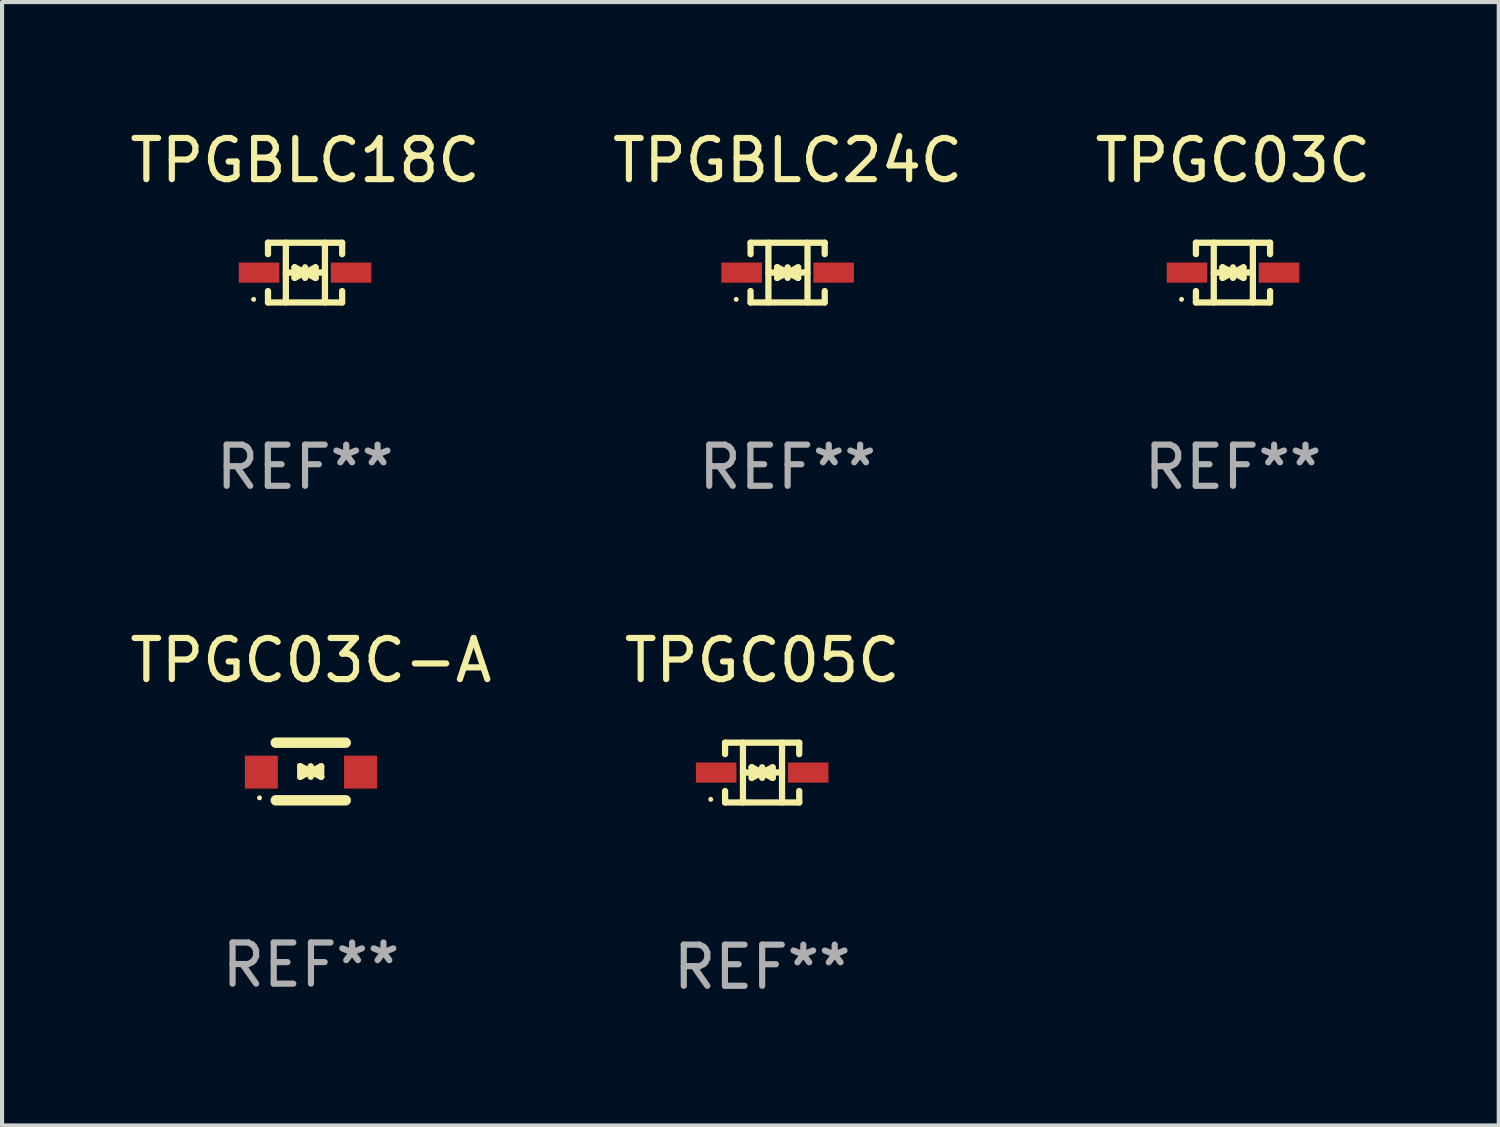
<source format=kicad_pcb>
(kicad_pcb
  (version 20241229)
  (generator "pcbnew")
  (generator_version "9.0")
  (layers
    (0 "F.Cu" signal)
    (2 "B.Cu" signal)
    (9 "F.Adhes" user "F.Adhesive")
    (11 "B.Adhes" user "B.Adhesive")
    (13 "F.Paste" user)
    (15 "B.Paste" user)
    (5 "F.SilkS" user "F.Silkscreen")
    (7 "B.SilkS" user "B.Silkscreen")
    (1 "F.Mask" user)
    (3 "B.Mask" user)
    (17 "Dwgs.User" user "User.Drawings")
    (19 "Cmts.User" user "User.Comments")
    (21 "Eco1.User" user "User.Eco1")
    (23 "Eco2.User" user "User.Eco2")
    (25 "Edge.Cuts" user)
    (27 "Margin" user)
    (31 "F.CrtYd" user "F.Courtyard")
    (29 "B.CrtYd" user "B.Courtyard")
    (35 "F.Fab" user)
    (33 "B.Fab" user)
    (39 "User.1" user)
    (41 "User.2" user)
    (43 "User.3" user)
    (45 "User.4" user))
  (footprint "TPGBLC24C"
    (layer "F.Cu")
    (at 16.089 3.574)
    (property "Reference" "TPGBLC24C" (at 0 -2.726 0) (layer "F.SilkS") (effects (font (size 1 1) (thickness 0.15))))
    (attr through_hole)
    (fp_line (start -0.901 -0.726) (end -0.901 -0.448) (stroke (width 0.152) (type solid)) (layer "F.SilkS"))
    (fp_line (start -0.901 0.726) (end -0.901 0.448) (stroke (width 0.152) (type solid)) (layer "F.SilkS"))
    (fp_line (start -0.467 0) (end 0.483 -0.003) (stroke (width 0.154) (type solid)) (layer "F.SilkS"))
    (fp_line (start -0.467 0.726) (end -0.467 -0.726) (stroke (width 0.152) (type solid)) (layer "F.SilkS"))
    (fp_line (start -0.254 -0.127) (end -0.254 -0.127) (stroke (width 0.154) (type solid)) (layer "F.SilkS"))
    (fp_line (start -0.254 -0.127) (end -0.002 -0.003) (stroke (width 0.154) (type solid)) (layer "F.SilkS"))
    (fp_line (start -0.254 0.127) (end -0.254 -0.127) (stroke (width 0.154) (type solid)) (layer "F.SilkS"))
    (fp_line (start -0.127 0) (end 0.003 0) (stroke (width 0.154) (type solid)) (layer "F.SilkS"))
    (fp_line (start -0.003 0) (end -0.254 0.127) (stroke (width 0.154) (type solid)) (layer "F.SilkS"))
    (fp_line (start 0 -0.127) (end 0 0.127) (stroke (width 0.154) (type solid)) (layer "F.SilkS"))
    (fp_line (start 0.003 0) (end 0.254 -0.127) (stroke (width 0.154) (type solid)) (layer "F.SilkS"))
    (fp_line (start 0.127 0) (end -0.003 0) (stroke (width 0.154) (type solid)) (layer "F.SilkS"))
    (fp_line (start 0.254 -0.127) (end 0.254 0.127) (stroke (width 0.154) (type solid)) (layer "F.SilkS"))
    (fp_line (start 0.254 0.127) (end 0.002 0.003) (stroke (width 0.154) (type solid)) (layer "F.SilkS"))
    (fp_line (start 0.254 0.127) (end 0.254 0.127) (stroke (width 0.154) (type solid)) (layer "F.SilkS"))
    (fp_line (start 0.483 0.726) (end 0.483 -0.726) (stroke (width 0.152) (type solid)) (layer "F.SilkS"))
    (fp_line (start 0.901 -0.726) (end -0.901 -0.726) (stroke (width 0.152) (type solid)) (layer "F.SilkS"))
    (fp_line (start 0.901 -0.726) (end 0.901 -0.448) (stroke (width 0.152) (type solid)) (layer "F.SilkS"))
    (fp_line (start 0.901 0.726) (end -0.901 0.726) (stroke (width 0.152) (type solid)) (layer "F.SilkS"))
    (fp_line (start 0.901 0.726) (end 0.901 0.448) (stroke (width 0.152) (type solid)) (layer "F.SilkS"))
    (fp_circle (center -1.25 0.65) (end -1.22 0.65) (stroke (width 0.06) (type solid)) (fill no) (layer "F.SilkS"))
    (fp_text user "REF**" (at 0 4.726 0) (layer "F.Fab") (effects (font (size 1 1) (thickness 0.15))))
    (pad "1" smd rect (at -1.118 0) (size 0.985 0.49) (layers "F.Cu" "F.Mask" "F.Paste"))
    (pad "2" smd rect (at 1.118 0) (size 0.985 0.49) (layers "F.Cu" "F.Mask" "F.Paste")))
  (footprint "TPGBLC18C"
    (layer "F.Cu")
    (at 4.363 3.574)
    (property "Reference" "TPGBLC18C" (at 0 -2.726 0) (layer "F.SilkS") (effects (font (size 1 1) (thickness 0.15))))
    (attr through_hole)
    (fp_line (start -0.901 -0.726) (end -0.901 -0.448) (stroke (width 0.152) (type solid)) (layer "F.SilkS"))
    (fp_line (start -0.901 0.726) (end -0.901 0.448) (stroke (width 0.152) (type solid)) (layer "F.SilkS"))
    (fp_line (start -0.467 0) (end 0.483 -0.003) (stroke (width 0.154) (type solid)) (layer "F.SilkS"))
    (fp_line (start -0.467 0.726) (end -0.467 -0.726) (stroke (width 0.152) (type solid)) (layer "F.SilkS"))
    (fp_line (start -0.254 -0.127) (end -0.254 -0.127) (stroke (width 0.154) (type solid)) (layer "F.SilkS"))
    (fp_line (start -0.254 -0.127) (end -0.002 -0.003) (stroke (width 0.154) (type solid)) (layer "F.SilkS"))
    (fp_line (start -0.254 0.127) (end -0.254 -0.127) (stroke (width 0.154) (type solid)) (layer "F.SilkS"))
    (fp_line (start -0.127 0) (end 0.003 0) (stroke (width 0.154) (type solid)) (layer "F.SilkS"))
    (fp_line (start -0.003 0) (end -0.254 0.127) (stroke (width 0.154) (type solid)) (layer "F.SilkS"))
    (fp_line (start 0 -0.127) (end 0 0.127) (stroke (width 0.154) (type solid)) (layer "F.SilkS"))
    (fp_line (start 0.003 0) (end 0.254 -0.127) (stroke (width 0.154) (type solid)) (layer "F.SilkS"))
    (fp_line (start 0.127 0) (end -0.003 0) (stroke (width 0.154) (type solid)) (layer "F.SilkS"))
    (fp_line (start 0.254 -0.127) (end 0.254 0.127) (stroke (width 0.154) (type solid)) (layer "F.SilkS"))
    (fp_line (start 0.254 0.127) (end 0.002 0.003) (stroke (width 0.154) (type solid)) (layer "F.SilkS"))
    (fp_line (start 0.254 0.127) (end 0.254 0.127) (stroke (width 0.154) (type solid)) (layer "F.SilkS"))
    (fp_line (start 0.483 0.726) (end 0.483 -0.726) (stroke (width 0.152) (type solid)) (layer "F.SilkS"))
    (fp_line (start 0.901 -0.726) (end -0.901 -0.726) (stroke (width 0.152) (type solid)) (layer "F.SilkS"))
    (fp_line (start 0.901 -0.726) (end 0.901 -0.448) (stroke (width 0.152) (type solid)) (layer "F.SilkS"))
    (fp_line (start 0.901 0.726) (end -0.901 0.726) (stroke (width 0.152) (type solid)) (layer "F.SilkS"))
    (fp_line (start 0.901 0.726) (end 0.901 0.448) (stroke (width 0.152) (type solid)) (layer "F.SilkS"))
    (fp_circle (center -1.25 0.65) (end -1.22 0.65) (stroke (width 0.06) (type solid)) (fill no) (layer "F.SilkS"))
    (fp_text user "REF**" (at 0 4.726 0) (layer "F.Fab") (effects (font (size 1 1) (thickness 0.15))))
    (pad "1" smd rect (at -1.118 0) (size 0.985 0.49) (layers "F.Cu" "F.Mask" "F.Paste"))
    (pad "2" smd rect (at 1.118 0) (size 0.985 0.49) (layers "F.Cu" "F.Mask" "F.Paste")))
  (footprint "TPGC03C"
    (layer "F.Cu")
    (at 26.911 3.574)
    (property "Reference" "TPGC03C" (at 0 -2.726 0) (layer "F.SilkS") (effects (font (size 1 1) (thickness 0.15))))
    (attr through_hole)
    (fp_line (start -0.901 -0.726) (end -0.901 -0.448) (stroke (width 0.152) (type solid)) (layer "F.SilkS"))
    (fp_line (start -0.901 0.726) (end -0.901 0.448) (stroke (width 0.152) (type solid)) (layer "F.SilkS"))
    (fp_line (start -0.467 0) (end 0.483 -0.003) (stroke (width 0.154) (type solid)) (layer "F.SilkS"))
    (fp_line (start -0.467 0.726) (end -0.467 -0.726) (stroke (width 0.152) (type solid)) (layer "F.SilkS"))
    (fp_line (start -0.254 -0.127) (end -0.254 -0.127) (stroke (width 0.154) (type solid)) (layer "F.SilkS"))
    (fp_line (start -0.254 -0.127) (end -0.002 -0.003) (stroke (width 0.154) (type solid)) (layer "F.SilkS"))
    (fp_line (start -0.254 0.127) (end -0.254 -0.127) (stroke (width 0.154) (type solid)) (layer "F.SilkS"))
    (fp_line (start -0.127 0) (end 0.003 0) (stroke (width 0.154) (type solid)) (layer "F.SilkS"))
    (fp_line (start -0.003 0) (end -0.254 0.127) (stroke (width 0.154) (type solid)) (layer "F.SilkS"))
    (fp_line (start 0 -0.127) (end 0 0.127) (stroke (width 0.154) (type solid)) (layer "F.SilkS"))
    (fp_line (start 0.003 0) (end 0.254 -0.127) (stroke (width 0.154) (type solid)) (layer "F.SilkS"))
    (fp_line (start 0.127 0) (end -0.003 0) (stroke (width 0.154) (type solid)) (layer "F.SilkS"))
    (fp_line (start 0.254 -0.127) (end 0.254 0.127) (stroke (width 0.154) (type solid)) (layer "F.SilkS"))
    (fp_line (start 0.254 0.127) (end 0.002 0.003) (stroke (width 0.154) (type solid)) (layer "F.SilkS"))
    (fp_line (start 0.254 0.127) (end 0.254 0.127) (stroke (width 0.154) (type solid)) (layer "F.SilkS"))
    (fp_line (start 0.483 0.726) (end 0.483 -0.726) (stroke (width 0.152) (type solid)) (layer "F.SilkS"))
    (fp_line (start 0.901 -0.726) (end -0.901 -0.726) (stroke (width 0.152) (type solid)) (layer "F.SilkS"))
    (fp_line (start 0.901 -0.726) (end 0.901 -0.448) (stroke (width 0.152) (type solid)) (layer "F.SilkS"))
    (fp_line (start 0.901 0.726) (end -0.901 0.726) (stroke (width 0.152) (type solid)) (layer "F.SilkS"))
    (fp_line (start 0.901 0.726) (end 0.901 0.448) (stroke (width 0.152) (type solid)) (layer "F.SilkS"))
    (fp_circle (center -1.25 0.65) (end -1.22 0.65) (stroke (width 0.06) (type solid)) (fill no) (layer "F.SilkS"))
    (fp_text user "REF**" (at 0 4.726 0) (layer "F.Fab") (effects (font (size 1 1) (thickness 0.15))))
    (pad "1" smd rect (at -1.118 0) (size 0.985 0.49) (layers "F.Cu" "F.Mask" "F.Paste"))
    (pad "2" smd rect (at 1.118 0) (size 0.985 0.49) (layers "F.Cu" "F.Mask" "F.Paste")))
  (footprint "TPGC05C"
    (layer "F.Cu")
    (at 15.47 15.723)
    (property "Reference" "TPGC05C" (at 0 -2.726 0) (layer "F.SilkS") (effects (font (size 1 1) (thickness 0.15))))
    (attr through_hole)
    (fp_line (start -0.901 -0.726) (end -0.901 -0.448) (stroke (width 0.152) (type solid)) (layer "F.SilkS"))
    (fp_line (start -0.901 0.726) (end -0.901 0.448) (stroke (width 0.152) (type solid)) (layer "F.SilkS"))
    (fp_line (start -0.467 0) (end 0.483 -0.003) (stroke (width 0.154) (type solid)) (layer "F.SilkS"))
    (fp_line (start -0.467 0.726) (end -0.467 -0.726) (stroke (width 0.152) (type solid)) (layer "F.SilkS"))
    (fp_line (start -0.254 -0.127) (end -0.254 -0.127) (stroke (width 0.154) (type solid)) (layer "F.SilkS"))
    (fp_line (start -0.254 -0.127) (end -0.002 -0.003) (stroke (width 0.154) (type solid)) (layer "F.SilkS"))
    (fp_line (start -0.254 0.127) (end -0.254 -0.127) (stroke (width 0.154) (type solid)) (layer "F.SilkS"))
    (fp_line (start -0.127 0) (end 0.003 0) (stroke (width 0.154) (type solid)) (layer "F.SilkS"))
    (fp_line (start -0.003 0) (end -0.254 0.127) (stroke (width 0.154) (type solid)) (layer "F.SilkS"))
    (fp_line (start 0 -0.127) (end 0 0.127) (stroke (width 0.154) (type solid)) (layer "F.SilkS"))
    (fp_line (start 0.003 0) (end 0.254 -0.127) (stroke (width 0.154) (type solid)) (layer "F.SilkS"))
    (fp_line (start 0.127 0) (end -0.003 0) (stroke (width 0.154) (type solid)) (layer "F.SilkS"))
    (fp_line (start 0.254 -0.127) (end 0.254 0.127) (stroke (width 0.154) (type solid)) (layer "F.SilkS"))
    (fp_line (start 0.254 0.127) (end 0.002 0.003) (stroke (width 0.154) (type solid)) (layer "F.SilkS"))
    (fp_line (start 0.254 0.127) (end 0.254 0.127) (stroke (width 0.154) (type solid)) (layer "F.SilkS"))
    (fp_line (start 0.483 0.726) (end 0.483 -0.726) (stroke (width 0.152) (type solid)) (layer "F.SilkS"))
    (fp_line (start 0.901 -0.726) (end -0.901 -0.726) (stroke (width 0.152) (type solid)) (layer "F.SilkS"))
    (fp_line (start 0.901 -0.726) (end 0.901 -0.448) (stroke (width 0.152) (type solid)) (layer "F.SilkS"))
    (fp_line (start 0.901 0.726) (end -0.901 0.726) (stroke (width 0.152) (type solid)) (layer "F.SilkS"))
    (fp_line (start 0.901 0.726) (end 0.901 0.448) (stroke (width 0.152) (type solid)) (layer "F.SilkS"))
    (fp_circle (center -1.25 0.65) (end -1.22 0.65) (stroke (width 0.06) (type solid)) (fill no) (layer "F.SilkS"))
    (fp_text user "REF**" (at 0 4.726 0) (layer "F.Fab") (effects (font (size 1 1) (thickness 0.15))))
    (pad "1" smd rect (at -1.118 0) (size 0.985 0.49) (layers "F.Cu" "F.Mask" "F.Paste"))
    (pad "2" smd rect (at 1.118 0) (size 0.985 0.49) (layers "F.Cu" "F.Mask" "F.Paste")))
  (footprint "TPGC03C-A"
    (layer "F.Cu")
    (at 4.506 15.697)
    (property "Reference" "TPGC03C-A" (at 0 -2.7 0) (layer "F.SilkS") (effects (font (size 1 1) (thickness 0.15))))
    (attr through_hole)
    (fp_line (start -0.855 -0.7) (end 0.845 -0.7) (stroke (width 0.254) (type solid)) (layer "F.SilkS"))
    (fp_line (start -0.855 0.7) (end 0.845 0.7) (stroke (width 0.254) (type solid)) (layer "F.SilkS"))
    (fp_line (start -0.26 -0.127) (end -0.26 -0.127) (stroke (width 0.154) (type solid)) (layer "F.SilkS"))
    (fp_line (start -0.26 -0.127) (end -0.008 -0.003) (stroke (width 0.154) (type solid)) (layer "F.SilkS"))
    (fp_line (start -0.26 0.127) (end -0.26 -0.127) (stroke (width 0.154) (type solid)) (layer "F.SilkS"))
    (fp_line (start -0.133 0.000483) (end -0.003 0.000483) (stroke (width 0.154) (type solid)) (layer "F.SilkS"))
    (fp_line (start -0.009 0.000483) (end -0.26 0.127) (stroke (width 0.154) (type solid)) (layer "F.SilkS"))
    (fp_line (start -0.006 -0.127) (end -0.006 0.127) (stroke (width 0.154) (type solid)) (layer "F.SilkS"))
    (fp_line (start -0.003 0.000483) (end 0.248 -0.127) (stroke (width 0.154) (type solid)) (layer "F.SilkS"))
    (fp_line (start 0.121 0.000483) (end -0.009 0.000483) (stroke (width 0.154) (type solid)) (layer "F.SilkS"))
    (fp_line (start 0.248 -0.127) (end 0.248 0.127) (stroke (width 0.154) (type solid)) (layer "F.SilkS"))
    (fp_line (start 0.248 0.127) (end -0.004 0.004) (stroke (width 0.154) (type solid)) (layer "F.SilkS"))
    (fp_line (start 0.248 0.127) (end 0.248 0.127) (stroke (width 0.154) (type solid)) (layer "F.SilkS"))
    (fp_circle (center -1.25 0.64) (end -1.22 0.64) (stroke (width 0.06) (type solid)) (fill no) (layer "F.SilkS"))
    (fp_text user "REF**" (at 0 4.7 0) (layer "F.Fab") (effects (font (size 1 1) (thickness 0.15))))
    (pad "1" smd rect (at -1.205 0.015) (size 0.8 0.8) (layers "F.Cu" "F.Mask" "F.Paste"))
    (pad "2" smd rect (at 1.205 0.015) (size 0.8 0.8) (layers "F.Cu" "F.Mask" "F.Paste")))
  (gr_rect
    (start -3 -3)
    (end 33.369 24.298)
    (stroke (width 0.1) (type default))
    (fill no)
    (layer "Edge.Cuts")))
</source>
